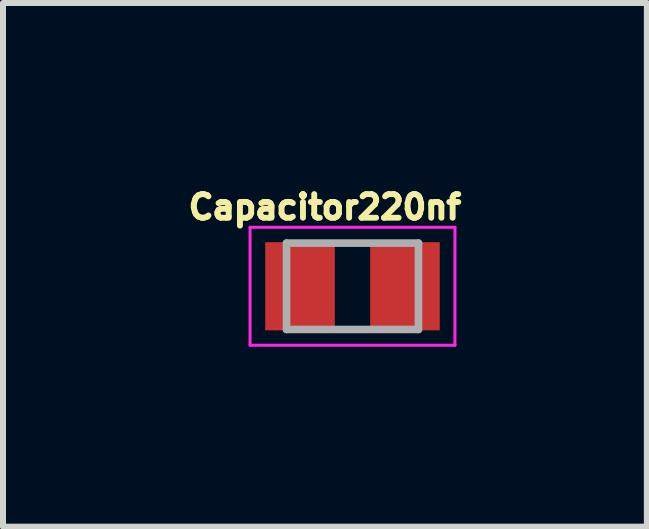
<source format=kicad_pcb>
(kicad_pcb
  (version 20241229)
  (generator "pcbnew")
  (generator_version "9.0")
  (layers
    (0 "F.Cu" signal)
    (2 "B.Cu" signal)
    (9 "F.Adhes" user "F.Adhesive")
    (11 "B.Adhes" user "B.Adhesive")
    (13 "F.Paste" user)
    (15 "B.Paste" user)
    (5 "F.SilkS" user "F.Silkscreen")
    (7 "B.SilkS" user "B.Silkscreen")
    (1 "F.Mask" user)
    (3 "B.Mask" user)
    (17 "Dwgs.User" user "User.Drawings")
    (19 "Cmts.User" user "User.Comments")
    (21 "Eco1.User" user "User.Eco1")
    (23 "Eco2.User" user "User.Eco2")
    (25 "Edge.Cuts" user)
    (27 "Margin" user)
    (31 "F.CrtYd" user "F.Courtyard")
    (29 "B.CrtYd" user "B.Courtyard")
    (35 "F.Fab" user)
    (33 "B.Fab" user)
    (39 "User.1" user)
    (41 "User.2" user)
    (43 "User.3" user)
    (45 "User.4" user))
  (footprint "Capacitor220nf"
    (layer "F.Cu")
    (at 2.827 1.723)
    (property "Reference" "Capacitor220nf" (at -0.46 -1.32 0) (layer "F.SilkS") (effects (font (size 0.394 0.394) (thickness 0.15))))
    (attr smd)
    (fp_line (start -1.708 -0.983) (end 1.708 -0.983) (stroke (width 0.05) (type solid)) (layer "F.CrtYd"))
    (fp_line (start -1.708 0.983) (end -1.708 -0.983) (stroke (width 0.05) (type solid)) (layer "F.CrtYd"))
    (fp_line (start -1.708 0.983) (end 1.708 0.983) (stroke (width 0.05) (type solid)) (layer "F.CrtYd"))
    (fp_line (start 1.708 0.983) (end 1.708 -0.983) (stroke (width 0.05) (type solid)) (layer "F.CrtYd"))
    (fp_line (start -1.1 0.72) (end -1.1 -0.72) (stroke (width 0.127) (type solid)) (layer "F.Fab"))
    (fp_line (start 1.1 -0.72) (end -1.1 -0.72) (stroke (width 0.127) (type solid)) (layer "F.Fab"))
    (fp_line (start 1.1 0.72) (end -1.1 0.72) (stroke (width 0.127) (type solid)) (layer "F.Fab"))
    (fp_line (start 1.1 0.72) (end 1.1 -0.72) (stroke (width 0.127) (type solid)) (layer "F.Fab"))
    (pad "1" smd rect (at -0.875 0) (size 1.16 1.47) (layers "F.Cu" "F.Mask" "F.Paste"))
    (pad "2" smd rect (at 0.875 0) (size 1.16 1.47) (layers "F.Cu" "F.Mask" "F.Paste")))
  (gr_rect
    (start -3 -3)
    (end 7.735 5.731)
    (stroke (width 0.1) (type default))
    (fill no)
    (layer "Edge.Cuts")))
</source>
